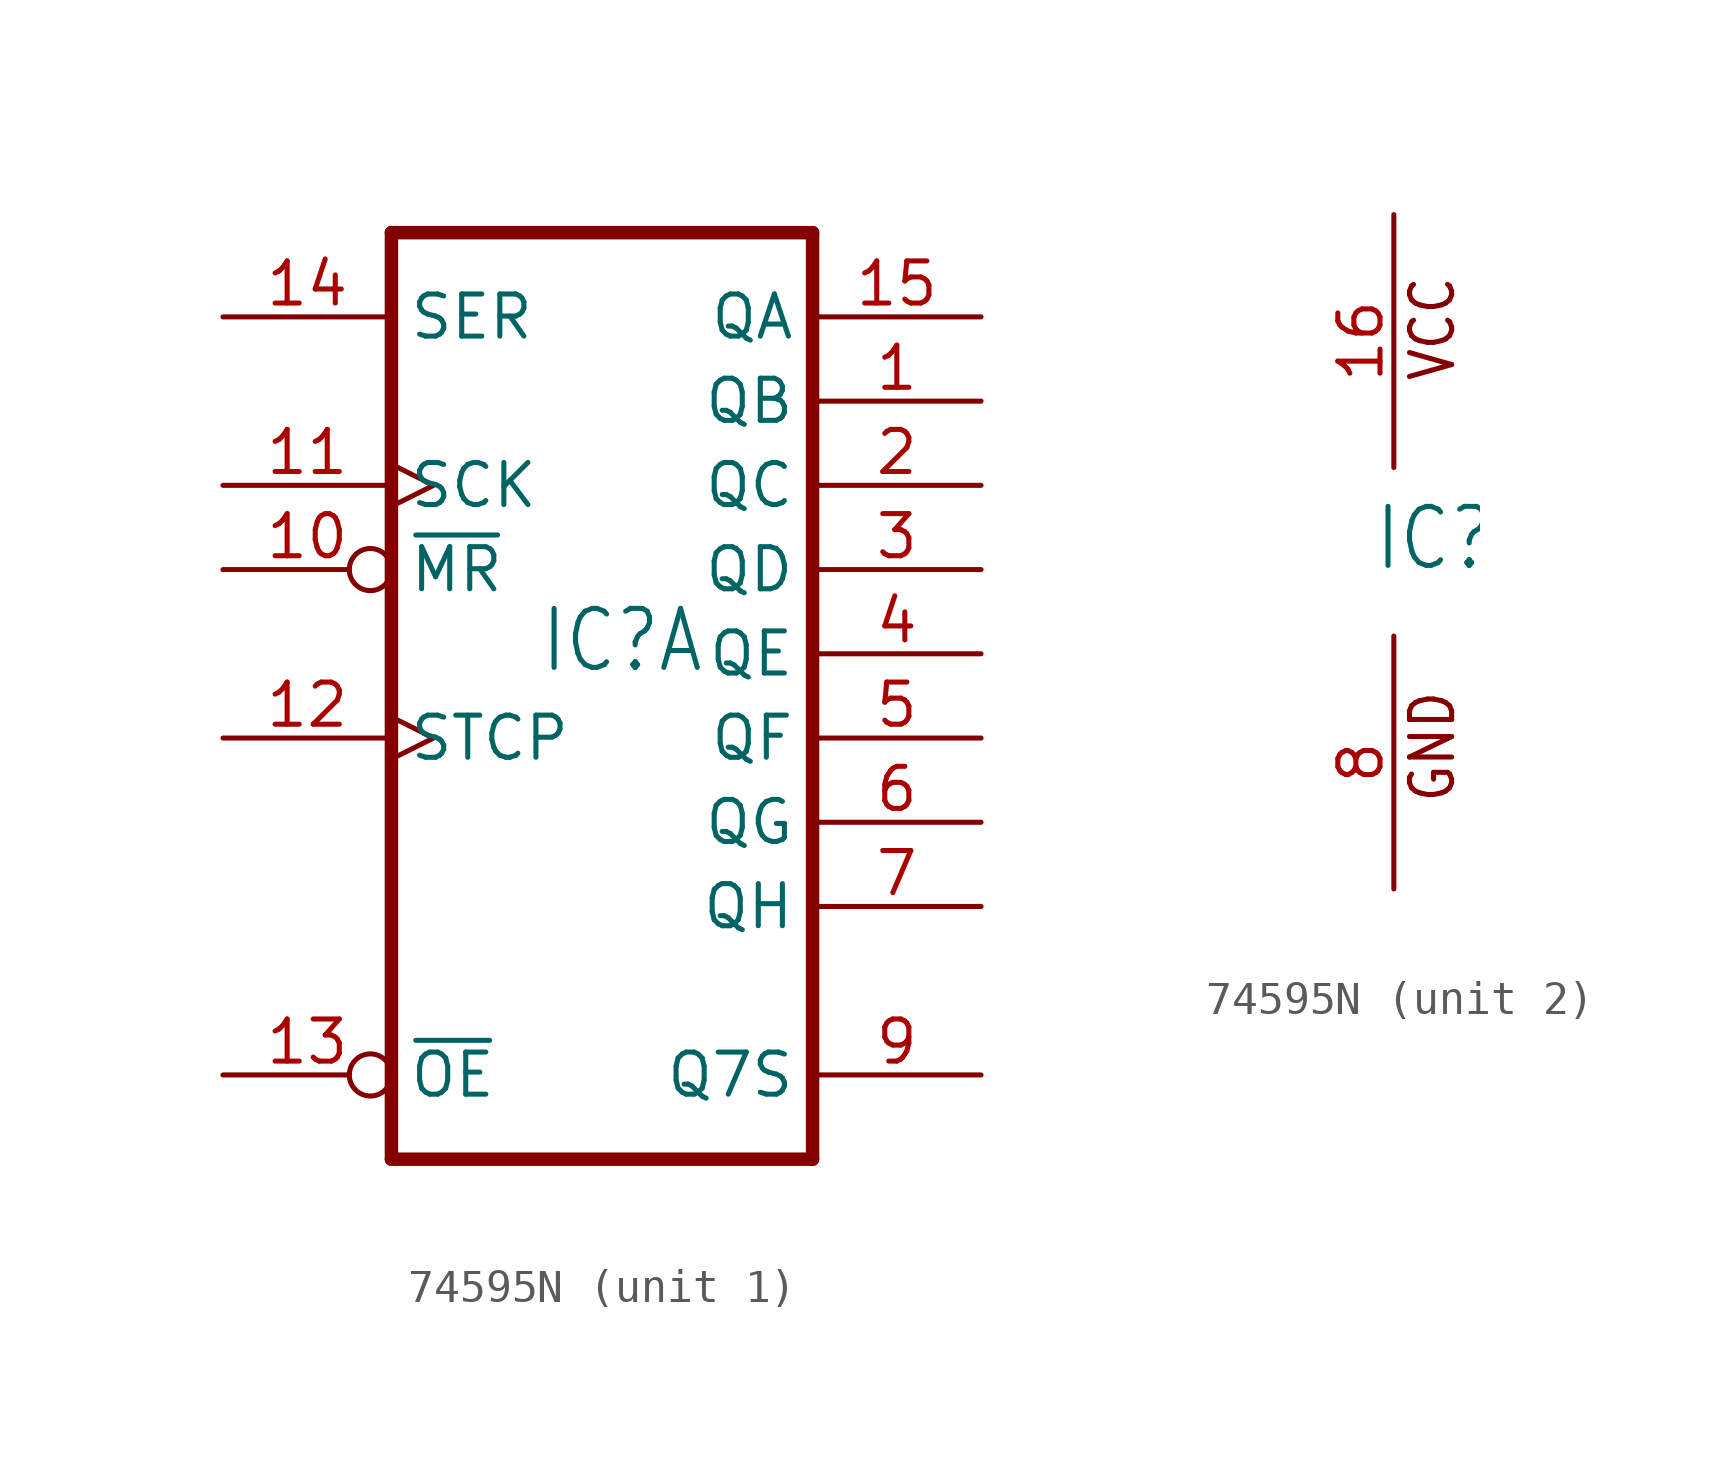
<source format=kicad_sym>
(kicad_symbol_lib
  (version 20211014)
  (generator kicad_symbol_editor)
  (symbol "74595N"
    (property "Reference" "IC"
      (at -0.635 -0.635 0)
      (effects (font (size 1.778 1.511)) (justify left bottom)))
    (property "ki_locked" ""
      (at 0 0 0)
      (effects (font (size 1.27 1.27))))
    (symbol "74595N_1_0"
      (polyline (pts (xy -5.08 -15.24) (xy 7.62 -15.24)) (stroke (width 0.406) (type default) (color 0 0 0 0)) (fill (type none)))
      (polyline (pts (xy -5.08 12.7) (xy -5.08 -15.24)) (stroke (width 0.406) (type default) (color 0 0 0 0)) (fill (type none)))
      (polyline (pts (xy 7.62 -15.24) (xy 7.62 12.7)) (stroke (width 0.406) (type default) (color 0 0 0 0)) (fill (type none)))
      (polyline (pts (xy 7.62 12.7) (xy -5.08 12.7)) (stroke (width 0.406) (type default) (color 0 0 0 0)) (fill (type none)))
      (pin tri_state line (at 12.7 7.62 180) (length 5.08) (name "QB" (effects (font (size 1.27 1.27)))) (number "1" (effects (font (size 1.27 1.27)))))
      (pin input inverted (at -10.16 2.54 0) (length 5.08) (name "~{MR}" (effects (font (size 1.27 1.27)))) (number "10" (effects (font (size 1.27 1.27)))))
      (pin input clock (at -10.16 5.08 0) (length 5.08) (name "SCK" (effects (font (size 1.27 1.27)))) (number "11" (effects (font (size 1.27 1.27)))))
      (pin input clock (at -10.16 -2.54 0) (length 5.08) (name "STCP" (effects (font (size 1.27 1.27)))) (number "12" (effects (font (size 1.27 1.27)))))
      (pin input inverted (at -10.16 -12.7 0) (length 5.08) (name "~{OE}" (effects (font (size 1.27 1.27)))) (number "13" (effects (font (size 1.27 1.27)))))
      (pin input line (at -10.16 10.16 0) (length 5.08) (name "SER" (effects (font (size 1.27 1.27)))) (number "14" (effects (font (size 1.27 1.27)))))
      (pin tri_state line (at 12.7 10.16 180) (length 5.08) (name "QA" (effects (font (size 1.27 1.27)))) (number "15" (effects (font (size 1.27 1.27)))))
      (pin tri_state line (at 12.7 5.08 180) (length 5.08) (name "QC" (effects (font (size 1.27 1.27)))) (number "2" (effects (font (size 1.27 1.27)))))
      (pin tri_state line (at 12.7 2.54 180) (length 5.08) (name "QD" (effects (font (size 1.27 1.27)))) (number "3" (effects (font (size 1.27 1.27)))))
      (pin tri_state line (at 12.7 0 180) (length 5.08) (name "QE" (effects (font (size 1.27 1.27)))) (number "4" (effects (font (size 1.27 1.27)))))
      (pin tri_state line (at 12.7 -2.54 180) (length 5.08) (name "QF" (effects (font (size 1.27 1.27)))) (number "5" (effects (font (size 1.27 1.27)))))
      (pin tri_state line (at 12.7 -5.08 180) (length 5.08) (name "QG" (effects (font (size 1.27 1.27)))) (number "6" (effects (font (size 1.27 1.27)))))
      (pin tri_state line (at 12.7 -7.62 180) (length 5.08) (name "QH" (effects (font (size 1.27 1.27)))) (number "7" (effects (font (size 1.27 1.27)))))
      (pin tri_state line (at 12.7 -12.7 180) (length 5.08) (name "Q7S" (effects (font (size 1.27 1.27)))) (number "9" (effects (font (size 1.27 1.27))))))
    (symbol "74595N_2_0"
      (text "GND" (at 1.905 -7.62 900) (effects (font (size 1.27 1.079)) (justify left bottom)))
      (text "VCC" (at 1.905 5.08 900) (effects (font (size 1.27 1.079)) (justify left bottom)))
      (pin power_in line (at 0 10.16 270) (length 7.62) (name "VCC" (effects (font (size 0 0)))) (number "16" (effects (font (size 1.27 1.27)))))
      (pin power_in line (at 0 -10.16 90) (length 7.62) (name "GND" (effects (font (size 0 0)))) (number "8" (effects (font (size 1.27 1.27))))))))
</source>
